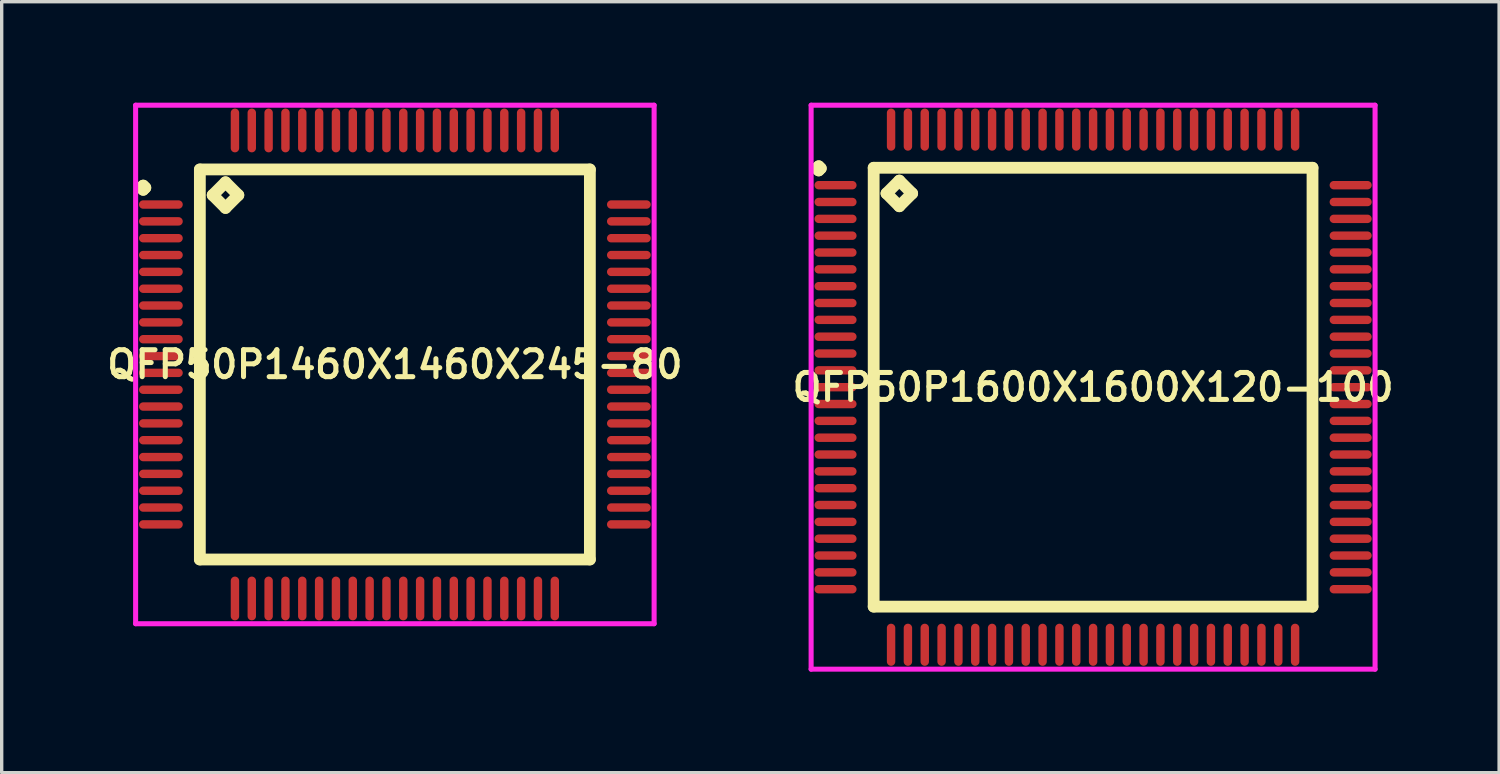
<source format=kicad_pcb>
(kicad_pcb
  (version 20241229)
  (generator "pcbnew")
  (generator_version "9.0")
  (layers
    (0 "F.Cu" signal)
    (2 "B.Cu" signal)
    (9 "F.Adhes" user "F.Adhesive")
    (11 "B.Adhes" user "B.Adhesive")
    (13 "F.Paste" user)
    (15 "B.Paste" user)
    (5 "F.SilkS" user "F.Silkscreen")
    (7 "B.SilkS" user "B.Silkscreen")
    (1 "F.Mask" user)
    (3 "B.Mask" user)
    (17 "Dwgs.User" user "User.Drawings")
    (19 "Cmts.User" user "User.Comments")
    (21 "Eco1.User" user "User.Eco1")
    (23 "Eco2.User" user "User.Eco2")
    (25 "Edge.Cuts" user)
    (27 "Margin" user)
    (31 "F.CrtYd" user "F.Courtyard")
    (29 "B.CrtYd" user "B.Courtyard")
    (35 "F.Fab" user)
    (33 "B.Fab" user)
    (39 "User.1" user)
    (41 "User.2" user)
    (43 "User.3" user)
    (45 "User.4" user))
  (footprint "QFP50P1460X1460X245-80"
    (layer "F.Cu")
    (at 8.678 7.775)
    (property "Reference" "QFP50P1460X1460X245-80" (at 0 0 0) (layer "F.SilkS") (effects (font (size 0.8 0.8) (thickness 0.15))))
    (attr through_hole)
    (fp_line (start -7.537 -5.25) (end -7.475 -5.312) (stroke (width 0.35) (type solid)) (layer "F.SilkS"))
    (fp_line (start -7.475 -5.312) (end -7.412 -5.25) (stroke (width 0.35) (type solid)) (layer "F.SilkS"))
    (fp_line (start -7.475 -5.188) (end -7.537 -5.25) (stroke (width 0.35) (type solid)) (layer "F.SilkS"))
    (fp_line (start -7.412 -5.25) (end -7.475 -5.188) (stroke (width 0.35) (type solid)) (layer "F.SilkS"))
    (fp_line (start -5.792 -5.792) (end -5.792 5.792) (stroke (width 0.35) (type solid)) (layer "F.SilkS"))
    (fp_line (start -5.792 5.792) (end 5.792 5.792) (stroke (width 0.35) (type solid)) (layer "F.SilkS"))
    (fp_line (start -5.411 -5.03) (end -5.03 -5.411) (stroke (width 0.35) (type solid)) (layer "F.SilkS"))
    (fp_line (start -5.03 -5.411) (end -4.649 -5.03) (stroke (width 0.35) (type solid)) (layer "F.SilkS"))
    (fp_line (start -5.03 -4.649) (end -5.411 -5.03) (stroke (width 0.35) (type solid)) (layer "F.SilkS"))
    (fp_line (start -4.649 -5.03) (end -5.03 -4.649) (stroke (width 0.35) (type solid)) (layer "F.SilkS"))
    (fp_line (start 5.792 -5.792) (end -5.792 -5.792) (stroke (width 0.35) (type solid)) (layer "F.SilkS"))
    (fp_line (start 5.792 5.792) (end 5.792 -5.792) (stroke (width 0.35) (type solid)) (layer "F.SilkS"))
    (fp_line (start -7.7 -7.7) (end 7.7 -7.7) (stroke (width 0.15) (type solid)) (layer "F.CrtYd"))
    (fp_line (start -7.7 7.7) (end -7.7 -7.7) (stroke (width 0.15) (type solid)) (layer "F.CrtYd"))
    (fp_line (start 7.7 -7.7) (end 7.7 7.7) (stroke (width 0.15) (type solid)) (layer "F.CrtYd"))
    (fp_line (start 7.7 7.7) (end -7.7 7.7) (stroke (width 0.15) (type solid)) (layer "F.CrtYd"))
    (pad "1" smd oval (at -6.95 -4.75) (size 1.3 0.25) (layers "F.Cu" "F.Mask" "F.Paste"))
    (pad "2" smd oval (at -6.95 -4.25) (size 1.3 0.25) (layers "F.Cu" "F.Mask" "F.Paste"))
    (pad "3" smd oval (at -6.95 -3.75) (size 1.3 0.25) (layers "F.Cu" "F.Mask" "F.Paste"))
    (pad "4" smd oval (at -6.95 -3.25) (size 1.3 0.25) (layers "F.Cu" "F.Mask" "F.Paste"))
    (pad "5" smd oval (at -6.95 -2.75) (size 1.3 0.25) (layers "F.Cu" "F.Mask" "F.Paste"))
    (pad "6" smd oval (at -6.95 -2.25) (size 1.3 0.25) (layers "F.Cu" "F.Mask" "F.Paste"))
    (pad "7" smd oval (at -6.95 -1.75) (size 1.3 0.25) (layers "F.Cu" "F.Mask" "F.Paste"))
    (pad "8" smd oval (at -6.95 -1.25) (size 1.3 0.25) (layers "F.Cu" "F.Mask" "F.Paste"))
    (pad "9" smd oval (at -6.95 -0.75) (size 1.3 0.25) (layers "F.Cu" "F.Mask" "F.Paste"))
    (pad "10" smd oval (at -6.95 -0.25) (size 1.3 0.25) (layers "F.Cu" "F.Mask" "F.Paste"))
    (pad "11" smd oval (at -6.95 0.25) (size 1.3 0.25) (layers "F.Cu" "F.Mask" "F.Paste"))
    (pad "12" smd oval (at -6.95 0.75) (size 1.3 0.25) (layers "F.Cu" "F.Mask" "F.Paste"))
    (pad "13" smd oval (at -6.95 1.25) (size 1.3 0.25) (layers "F.Cu" "F.Mask" "F.Paste"))
    (pad "14" smd oval (at -6.95 1.75) (size 1.3 0.25) (layers "F.Cu" "F.Mask" "F.Paste"))
    (pad "15" smd oval (at -6.95 2.25) (size 1.3 0.25) (layers "F.Cu" "F.Mask" "F.Paste"))
    (pad "16" smd oval (at -6.95 2.75) (size 1.3 0.25) (layers "F.Cu" "F.Mask" "F.Paste"))
    (pad "17" smd oval (at -6.95 3.25) (size 1.3 0.25) (layers "F.Cu" "F.Mask" "F.Paste"))
    (pad "18" smd oval (at -6.95 3.75) (size 1.3 0.25) (layers "F.Cu" "F.Mask" "F.Paste"))
    (pad "19" smd oval (at -6.95 4.25) (size 1.3 0.25) (layers "F.Cu" "F.Mask" "F.Paste"))
    (pad "20" smd oval (at -6.95 4.75) (size 1.3 0.25) (layers "F.Cu" "F.Mask" "F.Paste"))
    (pad "21" smd oval (at -4.75 6.95) (size 0.25 1.3) (layers "F.Cu" "F.Mask" "F.Paste"))
    (pad "22" smd oval (at -4.25 6.95) (size 0.25 1.3) (layers "F.Cu" "F.Mask" "F.Paste"))
    (pad "23" smd oval (at -3.75 6.95) (size 0.25 1.3) (layers "F.Cu" "F.Mask" "F.Paste"))
    (pad "24" smd oval (at -3.25 6.95) (size 0.25 1.3) (layers "F.Cu" "F.Mask" "F.Paste"))
    (pad "25" smd oval (at -2.75 6.95) (size 0.25 1.3) (layers "F.Cu" "F.Mask" "F.Paste"))
    (pad "26" smd oval (at -2.25 6.95) (size 0.25 1.3) (layers "F.Cu" "F.Mask" "F.Paste"))
    (pad "27" smd oval (at -1.75 6.95) (size 0.25 1.3) (layers "F.Cu" "F.Mask" "F.Paste"))
    (pad "28" smd oval (at -1.25 6.95) (size 0.25 1.3) (layers "F.Cu" "F.Mask" "F.Paste"))
    (pad "29" smd oval (at -0.75 6.95) (size 0.25 1.3) (layers "F.Cu" "F.Mask" "F.Paste"))
    (pad "30" smd oval (at -0.25 6.95) (size 0.25 1.3) (layers "F.Cu" "F.Mask" "F.Paste"))
    (pad "31" smd oval (at 0.25 6.95) (size 0.25 1.3) (layers "F.Cu" "F.Mask" "F.Paste"))
    (pad "32" smd oval (at 0.75 6.95) (size 0.25 1.3) (layers "F.Cu" "F.Mask" "F.Paste"))
    (pad "33" smd oval (at 1.25 6.95) (size 0.25 1.3) (layers "F.Cu" "F.Mask" "F.Paste"))
    (pad "34" smd oval (at 1.75 6.95) (size 0.25 1.3) (layers "F.Cu" "F.Mask" "F.Paste"))
    (pad "35" smd oval (at 2.25 6.95) (size 0.25 1.3) (layers "F.Cu" "F.Mask" "F.Paste"))
    (pad "36" smd oval (at 2.75 6.95) (size 0.25 1.3) (layers "F.Cu" "F.Mask" "F.Paste"))
    (pad "37" smd oval (at 3.25 6.95) (size 0.25 1.3) (layers "F.Cu" "F.Mask" "F.Paste"))
    (pad "38" smd oval (at 3.75 6.95) (size 0.25 1.3) (layers "F.Cu" "F.Mask" "F.Paste"))
    (pad "39" smd oval (at 4.25 6.95) (size 0.25 1.3) (layers "F.Cu" "F.Mask" "F.Paste"))
    (pad "40" smd oval (at 4.75 6.95) (size 0.25 1.3) (layers "F.Cu" "F.Mask" "F.Paste"))
    (pad "41" smd oval (at 6.95 4.75) (size 1.3 0.25) (layers "F.Cu" "F.Mask" "F.Paste"))
    (pad "42" smd oval (at 6.95 4.25) (size 1.3 0.25) (layers "F.Cu" "F.Mask" "F.Paste"))
    (pad "43" smd oval (at 6.95 3.75) (size 1.3 0.25) (layers "F.Cu" "F.Mask" "F.Paste"))
    (pad "44" smd oval (at 6.95 3.25) (size 1.3 0.25) (layers "F.Cu" "F.Mask" "F.Paste"))
    (pad "45" smd oval (at 6.95 2.75) (size 1.3 0.25) (layers "F.Cu" "F.Mask" "F.Paste"))
    (pad "46" smd oval (at 6.95 2.25) (size 1.3 0.25) (layers "F.Cu" "F.Mask" "F.Paste"))
    (pad "47" smd oval (at 6.95 1.75) (size 1.3 0.25) (layers "F.Cu" "F.Mask" "F.Paste"))
    (pad "48" smd oval (at 6.95 1.25) (size 1.3 0.25) (layers "F.Cu" "F.Mask" "F.Paste"))
    (pad "49" smd oval (at 6.95 0.75) (size 1.3 0.25) (layers "F.Cu" "F.Mask" "F.Paste"))
    (pad "50" smd oval (at 6.95 0.25) (size 1.3 0.25) (layers "F.Cu" "F.Mask" "F.Paste"))
    (pad "51" smd oval (at 6.95 -0.25) (size 1.3 0.25) (layers "F.Cu" "F.Mask" "F.Paste"))
    (pad "52" smd oval (at 6.95 -0.75) (size 1.3 0.25) (layers "F.Cu" "F.Mask" "F.Paste"))
    (pad "53" smd oval (at 6.95 -1.25) (size 1.3 0.25) (layers "F.Cu" "F.Mask" "F.Paste"))
    (pad "54" smd oval (at 6.95 -1.75) (size 1.3 0.25) (layers "F.Cu" "F.Mask" "F.Paste"))
    (pad "55" smd oval (at 6.95 -2.25) (size 1.3 0.25) (layers "F.Cu" "F.Mask" "F.Paste"))
    (pad "56" smd oval (at 6.95 -2.75) (size 1.3 0.25) (layers "F.Cu" "F.Mask" "F.Paste"))
    (pad "57" smd oval (at 6.95 -3.25) (size 1.3 0.25) (layers "F.Cu" "F.Mask" "F.Paste"))
    (pad "58" smd oval (at 6.95 -3.75) (size 1.3 0.25) (layers "F.Cu" "F.Mask" "F.Paste"))
    (pad "59" smd oval (at 6.95 -4.25) (size 1.3 0.25) (layers "F.Cu" "F.Mask" "F.Paste"))
    (pad "60" smd oval (at 6.95 -4.75) (size 1.3 0.25) (layers "F.Cu" "F.Mask" "F.Paste"))
    (pad "61" smd oval (at 4.75 -6.95) (size 0.25 1.3) (layers "F.Cu" "F.Mask" "F.Paste"))
    (pad "62" smd oval (at 4.25 -6.95) (size 0.25 1.3) (layers "F.Cu" "F.Mask" "F.Paste"))
    (pad "63" smd oval (at 3.75 -6.95) (size 0.25 1.3) (layers "F.Cu" "F.Mask" "F.Paste"))
    (pad "64" smd oval (at 3.25 -6.95) (size 0.25 1.3) (layers "F.Cu" "F.Mask" "F.Paste"))
    (pad "65" smd oval (at 2.75 -6.95) (size 0.25 1.3) (layers "F.Cu" "F.Mask" "F.Paste"))
    (pad "66" smd oval (at 2.25 -6.95) (size 0.25 1.3) (layers "F.Cu" "F.Mask" "F.Paste"))
    (pad "67" smd oval (at 1.75 -6.95) (size 0.25 1.3) (layers "F.Cu" "F.Mask" "F.Paste"))
    (pad "68" smd oval (at 1.25 -6.95) (size 0.25 1.3) (layers "F.Cu" "F.Mask" "F.Paste"))
    (pad "69" smd oval (at 0.75 -6.95) (size 0.25 1.3) (layers "F.Cu" "F.Mask" "F.Paste"))
    (pad "70" smd oval (at 0.25 -6.95) (size 0.25 1.3) (layers "F.Cu" "F.Mask" "F.Paste"))
    (pad "71" smd oval (at -0.25 -6.95) (size 0.25 1.3) (layers "F.Cu" "F.Mask" "F.Paste"))
    (pad "72" smd oval (at -0.75 -6.95) (size 0.25 1.3) (layers "F.Cu" "F.Mask" "F.Paste"))
    (pad "73" smd oval (at -1.25 -6.95) (size 0.25 1.3) (layers "F.Cu" "F.Mask" "F.Paste"))
    (pad "74" smd oval (at -1.75 -6.95) (size 0.25 1.3) (layers "F.Cu" "F.Mask" "F.Paste"))
    (pad "75" smd oval (at -2.25 -6.95) (size 0.25 1.3) (layers "F.Cu" "F.Mask" "F.Paste"))
    (pad "76" smd oval (at -2.75 -6.95) (size 0.25 1.3) (layers "F.Cu" "F.Mask" "F.Paste"))
    (pad "77" smd oval (at -3.25 -6.95) (size 0.25 1.3) (layers "F.Cu" "F.Mask" "F.Paste"))
    (pad "78" smd oval (at -3.75 -6.95) (size 0.25 1.3) (layers "F.Cu" "F.Mask" "F.Paste"))
    (pad "79" smd oval (at -4.25 -6.95) (size 0.25 1.3) (layers "F.Cu" "F.Mask" "F.Paste"))
    (pad "80" smd oval (at -4.75 -6.95) (size 0.25 1.3) (layers "F.Cu" "F.Mask" "F.Paste")))
  (footprint "QFP50P1600X1600X120-100"
    (layer "F.Cu")
    (at 29.416 8.45)
    (property "Reference" "QFP50P1600X1600X120-100" (at 0 0 0) (layer "F.SilkS") (effects (font (size 0.8 0.8) (thickness 0.15))))
    (attr smd)
    (fp_line (start -8.213 -6.5) (end -8.15 -6.562) (stroke (width 0.35) (type solid)) (layer "F.SilkS"))
    (fp_line (start -8.15 -6.562) (end -8.088 -6.5) (stroke (width 0.35) (type solid)) (layer "F.SilkS"))
    (fp_line (start -8.15 -6.438) (end -8.213 -6.5) (stroke (width 0.35) (type solid)) (layer "F.SilkS"))
    (fp_line (start -8.088 -6.5) (end -8.15 -6.438) (stroke (width 0.35) (type solid)) (layer "F.SilkS"))
    (fp_line (start -6.517 -6.517) (end -6.517 6.517) (stroke (width 0.35) (type solid)) (layer "F.SilkS"))
    (fp_line (start -6.517 6.517) (end 6.517 6.517) (stroke (width 0.35) (type solid)) (layer "F.SilkS"))
    (fp_line (start -6.136 -5.755) (end -5.755 -6.136) (stroke (width 0.35) (type solid)) (layer "F.SilkS"))
    (fp_line (start -5.755 -6.136) (end -5.374 -5.755) (stroke (width 0.35) (type solid)) (layer "F.SilkS"))
    (fp_line (start -5.755 -5.374) (end -6.136 -5.755) (stroke (width 0.35) (type solid)) (layer "F.SilkS"))
    (fp_line (start -5.374 -5.755) (end -5.755 -5.374) (stroke (width 0.35) (type solid)) (layer "F.SilkS"))
    (fp_line (start 6.517 -6.517) (end -6.517 -6.517) (stroke (width 0.35) (type solid)) (layer "F.SilkS"))
    (fp_line (start 6.517 6.517) (end 6.517 -6.517) (stroke (width 0.35) (type solid)) (layer "F.SilkS"))
    (fp_line (start -8.375 -8.375) (end 8.375 -8.375) (stroke (width 0.15) (type solid)) (layer "F.CrtYd"))
    (fp_line (start -8.375 8.375) (end -8.375 -8.375) (stroke (width 0.15) (type solid)) (layer "F.CrtYd"))
    (fp_line (start 8.375 -8.375) (end 8.375 8.375) (stroke (width 0.15) (type solid)) (layer "F.CrtYd"))
    (fp_line (start 8.375 8.375) (end -8.375 8.375) (stroke (width 0.15) (type solid)) (layer "F.CrtYd"))
    (pad "1" smd oval (at -7.65 -6) (size 1.25 0.25) (layers "F.Cu" "F.Mask" "F.Paste"))
    (pad "2" smd oval (at -7.65 -5.5) (size 1.25 0.25) (layers "F.Cu" "F.Mask" "F.Paste"))
    (pad "3" smd oval (at -7.65 -5) (size 1.25 0.25) (layers "F.Cu" "F.Mask" "F.Paste"))
    (pad "4" smd oval (at -7.65 -4.5) (size 1.25 0.25) (layers "F.Cu" "F.Mask" "F.Paste"))
    (pad "5" smd oval (at -7.65 -4) (size 1.25 0.25) (layers "F.Cu" "F.Mask" "F.Paste"))
    (pad "6" smd oval (at -7.65 -3.5) (size 1.25 0.25) (layers "F.Cu" "F.Mask" "F.Paste"))
    (pad "7" smd oval (at -7.65 -3) (size 1.25 0.25) (layers "F.Cu" "F.Mask" "F.Paste"))
    (pad "8" smd oval (at -7.65 -2.5) (size 1.25 0.25) (layers "F.Cu" "F.Mask" "F.Paste"))
    (pad "9" smd oval (at -7.65 -2) (size 1.25 0.25) (layers "F.Cu" "F.Mask" "F.Paste"))
    (pad "10" smd oval (at -7.65 -1.5) (size 1.25 0.25) (layers "F.Cu" "F.Mask" "F.Paste"))
    (pad "11" smd oval (at -7.65 -1) (size 1.25 0.25) (layers "F.Cu" "F.Mask" "F.Paste"))
    (pad "12" smd oval (at -7.65 -0.5) (size 1.25 0.25) (layers "F.Cu" "F.Mask" "F.Paste"))
    (pad "13" smd oval (at -7.65 0) (size 1.25 0.25) (layers "F.Cu" "F.Mask" "F.Paste"))
    (pad "14" smd oval (at -7.65 0.5) (size 1.25 0.25) (layers "F.Cu" "F.Mask" "F.Paste"))
    (pad "15" smd oval (at -7.65 1) (size 1.25 0.25) (layers "F.Cu" "F.Mask" "F.Paste"))
    (pad "16" smd oval (at -7.65 1.5) (size 1.25 0.25) (layers "F.Cu" "F.Mask" "F.Paste"))
    (pad "17" smd oval (at -7.65 2) (size 1.25 0.25) (layers "F.Cu" "F.Mask" "F.Paste"))
    (pad "18" smd oval (at -7.65 2.5) (size 1.25 0.25) (layers "F.Cu" "F.Mask" "F.Paste"))
    (pad "19" smd oval (at -7.65 3) (size 1.25 0.25) (layers "F.Cu" "F.Mask" "F.Paste"))
    (pad "20" smd oval (at -7.65 3.5) (size 1.25 0.25) (layers "F.Cu" "F.Mask" "F.Paste"))
    (pad "21" smd oval (at -7.65 4) (size 1.25 0.25) (layers "F.Cu" "F.Mask" "F.Paste"))
    (pad "22" smd oval (at -7.65 4.5) (size 1.25 0.25) (layers "F.Cu" "F.Mask" "F.Paste"))
    (pad "23" smd oval (at -7.65 5) (size 1.25 0.25) (layers "F.Cu" "F.Mask" "F.Paste"))
    (pad "24" smd oval (at -7.65 5.5) (size 1.25 0.25) (layers "F.Cu" "F.Mask" "F.Paste"))
    (pad "25" smd oval (at -7.65 6) (size 1.25 0.25) (layers "F.Cu" "F.Mask" "F.Paste"))
    (pad "26" smd oval (at -6 7.65) (size 0.25 1.25) (layers "F.Cu" "F.Mask" "F.Paste"))
    (pad "27" smd oval (at -5.5 7.65) (size 0.25 1.25) (layers "F.Cu" "F.Mask" "F.Paste"))
    (pad "28" smd oval (at -5 7.65) (size 0.25 1.25) (layers "F.Cu" "F.Mask" "F.Paste"))
    (pad "29" smd oval (at -4.5 7.65) (size 0.25 1.25) (layers "F.Cu" "F.Mask" "F.Paste"))
    (pad "30" smd oval (at -4 7.65) (size 0.25 1.25) (layers "F.Cu" "F.Mask" "F.Paste"))
    (pad "31" smd oval (at -3.5 7.65) (size 0.25 1.25) (layers "F.Cu" "F.Mask" "F.Paste"))
    (pad "32" smd oval (at -3 7.65) (size 0.25 1.25) (layers "F.Cu" "F.Mask" "F.Paste"))
    (pad "33" smd oval (at -2.5 7.65) (size 0.25 1.25) (layers "F.Cu" "F.Mask" "F.Paste"))
    (pad "34" smd oval (at -2 7.65) (size 0.25 1.25) (layers "F.Cu" "F.Mask" "F.Paste"))
    (pad "35" smd oval (at -1.5 7.65) (size 0.25 1.25) (layers "F.Cu" "F.Mask" "F.Paste"))
    (pad "36" smd oval (at -1 7.65) (size 0.25 1.25) (layers "F.Cu" "F.Mask" "F.Paste"))
    (pad "37" smd oval (at -0.5 7.65) (size 0.25 1.25) (layers "F.Cu" "F.Mask" "F.Paste"))
    (pad "38" smd oval (at 0 7.65) (size 0.25 1.25) (layers "F.Cu" "F.Mask" "F.Paste"))
    (pad "39" smd oval (at 0.5 7.65) (size 0.25 1.25) (layers "F.Cu" "F.Mask" "F.Paste"))
    (pad "40" smd oval (at 1 7.65) (size 0.25 1.25) (layers "F.Cu" "F.Mask" "F.Paste"))
    (pad "41" smd oval (at 1.5 7.65) (size 0.25 1.25) (layers "F.Cu" "F.Mask" "F.Paste"))
    (pad "42" smd oval (at 2 7.65) (size 0.25 1.25) (layers "F.Cu" "F.Mask" "F.Paste"))
    (pad "43" smd oval (at 2.5 7.65) (size 0.25 1.25) (layers "F.Cu" "F.Mask" "F.Paste"))
    (pad "44" smd oval (at 3 7.65) (size 0.25 1.25) (layers "F.Cu" "F.Mask" "F.Paste"))
    (pad "45" smd oval (at 3.5 7.65) (size 0.25 1.25) (layers "F.Cu" "F.Mask" "F.Paste"))
    (pad "46" smd oval (at 4 7.65) (size 0.25 1.25) (layers "F.Cu" "F.Mask" "F.Paste"))
    (pad "47" smd oval (at 4.5 7.65) (size 0.25 1.25) (layers "F.Cu" "F.Mask" "F.Paste"))
    (pad "48" smd oval (at 5 7.65) (size 0.25 1.25) (layers "F.Cu" "F.Mask" "F.Paste"))
    (pad "49" smd oval (at 5.5 7.65) (size 0.25 1.25) (layers "F.Cu" "F.Mask" "F.Paste"))
    (pad "50" smd oval (at 6 7.65) (size 0.25 1.25) (layers "F.Cu" "F.Mask" "F.Paste"))
    (pad "51" smd oval (at 7.65 6) (size 1.25 0.25) (layers "F.Cu" "F.Mask" "F.Paste"))
    (pad "52" smd oval (at 7.65 5.5) (size 1.25 0.25) (layers "F.Cu" "F.Mask" "F.Paste"))
    (pad "53" smd oval (at 7.65 5) (size 1.25 0.25) (layers "F.Cu" "F.Mask" "F.Paste"))
    (pad "54" smd oval (at 7.65 4.5) (size 1.25 0.25) (layers "F.Cu" "F.Mask" "F.Paste"))
    (pad "55" smd oval (at 7.65 4) (size 1.25 0.25) (layers "F.Cu" "F.Mask" "F.Paste"))
    (pad "56" smd oval (at 7.65 3.5) (size 1.25 0.25) (layers "F.Cu" "F.Mask" "F.Paste"))
    (pad "57" smd oval (at 7.65 3) (size 1.25 0.25) (layers "F.Cu" "F.Mask" "F.Paste"))
    (pad "58" smd oval (at 7.65 2.5) (size 1.25 0.25) (layers "F.Cu" "F.Mask" "F.Paste"))
    (pad "59" smd oval (at 7.65 2) (size 1.25 0.25) (layers "F.Cu" "F.Mask" "F.Paste"))
    (pad "60" smd oval (at 7.65 1.5) (size 1.25 0.25) (layers "F.Cu" "F.Mask" "F.Paste"))
    (pad "61" smd oval (at 7.65 1) (size 1.25 0.25) (layers "F.Cu" "F.Mask" "F.Paste"))
    (pad "62" smd oval (at 7.65 0.5) (size 1.25 0.25) (layers "F.Cu" "F.Mask" "F.Paste"))
    (pad "63" smd oval (at 7.65 0) (size 1.25 0.25) (layers "F.Cu" "F.Mask" "F.Paste"))
    (pad "64" smd oval (at 7.65 -0.5) (size 1.25 0.25) (layers "F.Cu" "F.Mask" "F.Paste"))
    (pad "65" smd oval (at 7.65 -1) (size 1.25 0.25) (layers "F.Cu" "F.Mask" "F.Paste"))
    (pad "66" smd oval (at 7.65 -1.5) (size 1.25 0.25) (layers "F.Cu" "F.Mask" "F.Paste"))
    (pad "67" smd oval (at 7.65 -2) (size 1.25 0.25) (layers "F.Cu" "F.Mask" "F.Paste"))
    (pad "68" smd oval (at 7.65 -2.5) (size 1.25 0.25) (layers "F.Cu" "F.Mask" "F.Paste"))
    (pad "69" smd oval (at 7.65 -3) (size 1.25 0.25) (layers "F.Cu" "F.Mask" "F.Paste"))
    (pad "70" smd oval (at 7.65 -3.5) (size 1.25 0.25) (layers "F.Cu" "F.Mask" "F.Paste"))
    (pad "71" smd oval (at 7.65 -4) (size 1.25 0.25) (layers "F.Cu" "F.Mask" "F.Paste"))
    (pad "72" smd oval (at 7.65 -4.5) (size 1.25 0.25) (layers "F.Cu" "F.Mask" "F.Paste"))
    (pad "73" smd oval (at 7.65 -5) (size 1.25 0.25) (layers "F.Cu" "F.Mask" "F.Paste"))
    (pad "74" smd oval (at 7.65 -5.5) (size 1.25 0.25) (layers "F.Cu" "F.Mask" "F.Paste"))
    (pad "75" smd oval (at 7.65 -6) (size 1.25 0.25) (layers "F.Cu" "F.Mask" "F.Paste"))
    (pad "76" smd oval (at 6 -7.65) (size 0.25 1.25) (layers "F.Cu" "F.Mask" "F.Paste"))
    (pad "77" smd oval (at 5.5 -7.65) (size 0.25 1.25) (layers "F.Cu" "F.Mask" "F.Paste"))
    (pad "78" smd oval (at 5 -7.65) (size 0.25 1.25) (layers "F.Cu" "F.Mask" "F.Paste"))
    (pad "79" smd oval (at 4.5 -7.65) (size 0.25 1.25) (layers "F.Cu" "F.Mask" "F.Paste"))
    (pad "80" smd oval (at 4 -7.65) (size 0.25 1.25) (layers "F.Cu" "F.Mask" "F.Paste"))
    (pad "81" smd oval (at 3.5 -7.65) (size 0.25 1.25) (layers "F.Cu" "F.Mask" "F.Paste"))
    (pad "82" smd oval (at 3 -7.65) (size 0.25 1.25) (layers "F.Cu" "F.Mask" "F.Paste"))
    (pad "83" smd oval (at 2.5 -7.65) (size 0.25 1.25) (layers "F.Cu" "F.Mask" "F.Paste"))
    (pad "84" smd oval (at 2 -7.65) (size 0.25 1.25) (layers "F.Cu" "F.Mask" "F.Paste"))
    (pad "85" smd oval (at 1.5 -7.65) (size 0.25 1.25) (layers "F.Cu" "F.Mask" "F.Paste"))
    (pad "86" smd oval (at 1 -7.65) (size 0.25 1.25) (layers "F.Cu" "F.Mask" "F.Paste"))
    (pad "87" smd oval (at 0.5 -7.65) (size 0.25 1.25) (layers "F.Cu" "F.Mask" "F.Paste"))
    (pad "88" smd oval (at 0 -7.65) (size 0.25 1.25) (layers "F.Cu" "F.Mask" "F.Paste"))
    (pad "89" smd oval (at -0.5 -7.65) (size 0.25 1.25) (layers "F.Cu" "F.Mask" "F.Paste"))
    (pad "90" smd oval (at -1 -7.65) (size 0.25 1.25) (layers "F.Cu" "F.Mask" "F.Paste"))
    (pad "91" smd oval (at -1.5 -7.65) (size 0.25 1.25) (layers "F.Cu" "F.Mask" "F.Paste"))
    (pad "92" smd oval (at -2 -7.65) (size 0.25 1.25) (layers "F.Cu" "F.Mask" "F.Paste"))
    (pad "93" smd oval (at -2.5 -7.65) (size 0.25 1.25) (layers "F.Cu" "F.Mask" "F.Paste"))
    (pad "94" smd oval (at -3 -7.65) (size 0.25 1.25) (layers "F.Cu" "F.Mask" "F.Paste"))
    (pad "95" smd oval (at -3.5 -7.65) (size 0.25 1.25) (layers "F.Cu" "F.Mask" "F.Paste"))
    (pad "96" smd oval (at -4 -7.65) (size 0.25 1.25) (layers "F.Cu" "F.Mask" "F.Paste"))
    (pad "97" smd oval (at -4.5 -7.65) (size 0.25 1.25) (layers "F.Cu" "F.Mask" "F.Paste"))
    (pad "98" smd oval (at -5 -7.65) (size 0.25 1.25) (layers "F.Cu" "F.Mask" "F.Paste"))
    (pad "99" smd oval (at -5.5 -7.65) (size 0.25 1.25) (layers "F.Cu" "F.Mask" "F.Paste"))
    (pad "100" smd oval (at -6 -7.65) (size 0.25 1.25) (layers "F.Cu" "F.Mask" "F.Paste")))
  (gr_rect
    (start -3 -3)
    (end 41.475 19.9)
    (stroke (width 0.1) (type default))
    (fill no)
    (layer "Edge.Cuts")))
</source>
